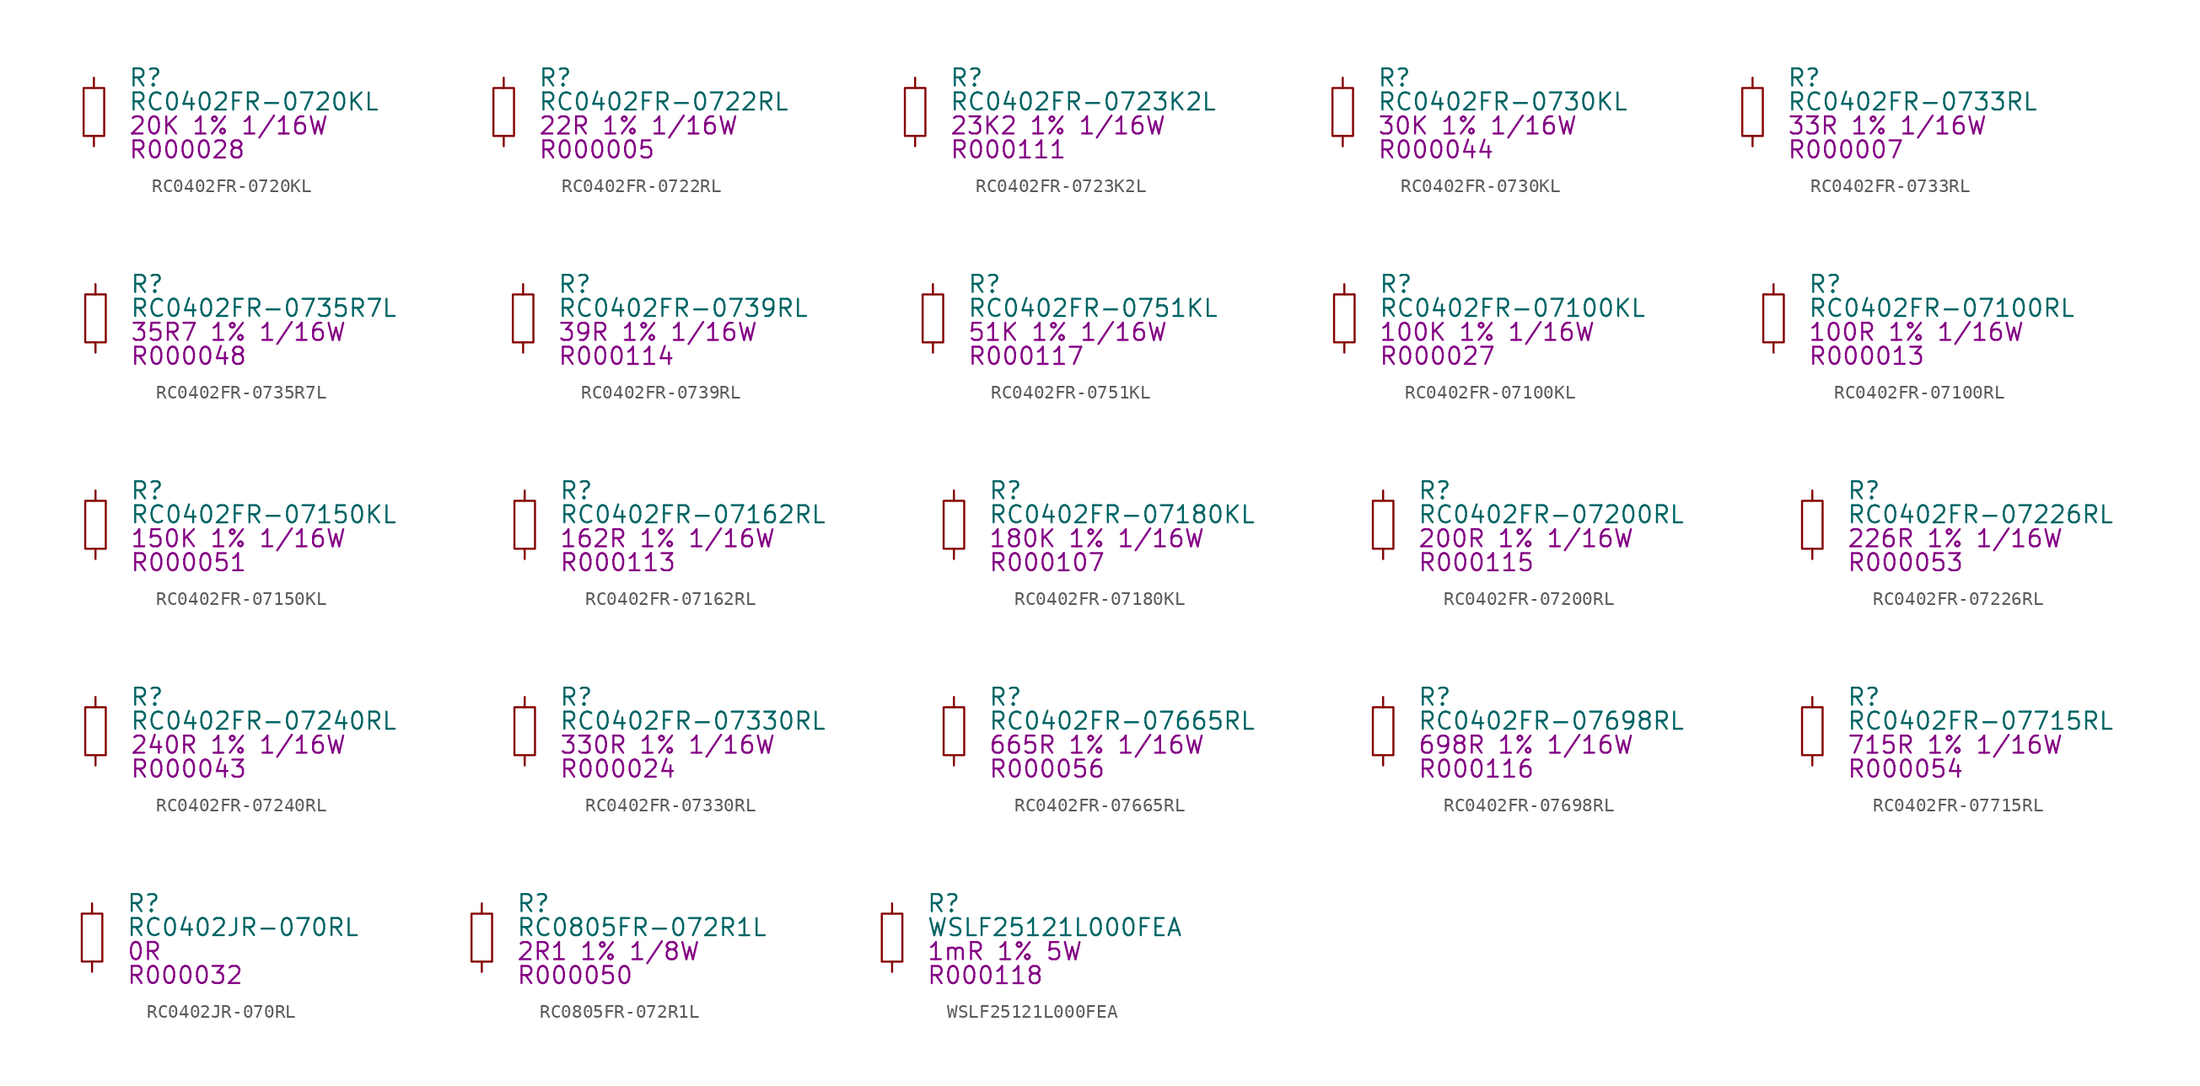
<source format=kicad_sym>
(kicad_symbol_lib
  (version 20201005)
  (generator kicad_symbol_editor)
  (symbol "berndoj_resistor:RC0402FR-0720KL"
    (pin_numbers hide)
    (pin_names
      (offset 1.016) hide)
    (property "Reference" "R"
      (at 2.54 2.54 0)
      (effects (font (size 1.27 1.27)) (justify left)))
    (property "Value" "RC0402FR-0720KL"
      (at 2.54 0.762 0)
      (effects (font (size 1.27 1.27)) (justify left)))
    (property "IPN" "R000028"
      (at 2.54 -2.794 0)
      (effects (font (size 1.27 1.27)) (justify left)))
    (property "Parameters" "20K 1% 1/16W"
      (at 2.54 -1.016 0)
      (effects (font (size 1.27 1.27)) (justify left)))
    (symbol "RC0402FR-0720KL_0_0"
      (pin passive line (at 0 -2.54 90) (length 0.762) (name "1" (effects (font (size 1.27 1.27)))) (number "1" (effects (font (size 1.27 1.27)))))
      (pin passive line (at 0 2.54 270) (length 0.762) (name "2" (effects (font (size 1.27 1.27)))) (number "2" (effects (font (size 1.27 1.27))))))
    (symbol "RC0402FR-0720KL_0_1"
      (rectangle (start -0.762 -1.778) (end 0.762 1.778) (stroke (width 0)) (fill (type none)))))
  (symbol "berndoj_resistor:RC0402FR-0722RL"
    (pin_numbers hide)
    (pin_names
      (offset 1.016) hide)
    (property "Reference" "R"
      (at 2.54 2.54 0)
      (effects (font (size 1.27 1.27)) (justify left)))
    (property "Value" "RC0402FR-0722RL"
      (at 2.54 0.762 0)
      (effects (font (size 1.27 1.27)) (justify left)))
    (property "IPN" "R000005"
      (at 2.54 -2.794 0)
      (effects (font (size 1.27 1.27)) (justify left)))
    (property "Parameters" "22R 1% 1/16W"
      (at 2.54 -1.016 0)
      (effects (font (size 1.27 1.27)) (justify left)))
    (symbol "RC0402FR-0722RL_0_0"
      (pin passive line (at 0 -2.54 90) (length 0.762) (name "1" (effects (font (size 1.27 1.27)))) (number "1" (effects (font (size 1.27 1.27)))))
      (pin passive line (at 0 2.54 270) (length 0.762) (name "2" (effects (font (size 1.27 1.27)))) (number "2" (effects (font (size 1.27 1.27))))))
    (symbol "RC0402FR-0722RL_0_1"
      (rectangle (start -0.762 -1.778) (end 0.762 1.778) (stroke (width 0)) (fill (type none)))))
  (symbol "berndoj_resistor:RC0402FR-0723K2L"
    (pin_numbers hide)
    (pin_names
      (offset 1.016) hide)
    (property "Reference" "R"
      (at 2.54 2.54 0)
      (effects (font (size 1.27 1.27)) (justify left)))
    (property "Value" "RC0402FR-0723K2L"
      (at 2.54 0.762 0)
      (effects (font (size 1.27 1.27)) (justify left)))
    (property "IPN" "R000111"
      (at 2.54 -2.794 0)
      (effects (font (size 1.27 1.27)) (justify left)))
    (property "Parameters" "23K2 1% 1/16W"
      (at 2.54 -1.016 0)
      (effects (font (size 1.27 1.27)) (justify left)))
    (symbol "RC0402FR-0723K2L_0_0"
      (pin passive line (at 0 -2.54 90) (length 0.762) (name "1" (effects (font (size 1.27 1.27)))) (number "1" (effects (font (size 1.27 1.27)))))
      (pin passive line (at 0 2.54 270) (length 0.762) (name "2" (effects (font (size 1.27 1.27)))) (number "2" (effects (font (size 1.27 1.27))))))
    (symbol "RC0402FR-0723K2L_0_1"
      (rectangle (start -0.762 -1.778) (end 0.762 1.778) (stroke (width 0)) (fill (type none)))))
  (symbol "berndoj_resistor:RC0402FR-0730KL"
    (pin_numbers hide)
    (pin_names
      (offset 1.016) hide)
    (property "Reference" "R"
      (at 2.54 2.54 0)
      (effects (font (size 1.27 1.27)) (justify left)))
    (property "Value" "RC0402FR-0730KL"
      (at 2.54 0.762 0)
      (effects (font (size 1.27 1.27)) (justify left)))
    (property "IPN" "R000044"
      (at 2.54 -2.794 0)
      (effects (font (size 1.27 1.27)) (justify left)))
    (property "Parameters" "30K 1% 1/16W"
      (at 2.54 -1.016 0)
      (effects (font (size 1.27 1.27)) (justify left)))
    (symbol "RC0402FR-0730KL_0_0"
      (pin passive line (at 0 -2.54 90) (length 0.762) (name "1" (effects (font (size 1.27 1.27)))) (number "1" (effects (font (size 1.27 1.27)))))
      (pin passive line (at 0 2.54 270) (length 0.762) (name "2" (effects (font (size 1.27 1.27)))) (number "2" (effects (font (size 1.27 1.27))))))
    (symbol "RC0402FR-0730KL_0_1"
      (rectangle (start -0.762 -1.778) (end 0.762 1.778) (stroke (width 0)) (fill (type none)))))
  (symbol "berndoj_resistor:RC0402FR-0733RL"
    (pin_numbers hide)
    (pin_names
      (offset 1.016) hide)
    (property "Reference" "R"
      (at 2.54 2.54 0)
      (effects (font (size 1.27 1.27)) (justify left)))
    (property "Value" "RC0402FR-0733RL"
      (at 2.54 0.762 0)
      (effects (font (size 1.27 1.27)) (justify left)))
    (property "IPN" "R000007"
      (at 2.54 -2.794 0)
      (effects (font (size 1.27 1.27)) (justify left)))
    (property "Parameters" "33R 1% 1/16W"
      (at 2.54 -1.016 0)
      (effects (font (size 1.27 1.27)) (justify left)))
    (symbol "RC0402FR-0733RL_0_0"
      (pin passive line (at 0 -2.54 90) (length 0.762) (name "1" (effects (font (size 1.27 1.27)))) (number "1" (effects (font (size 1.27 1.27)))))
      (pin passive line (at 0 2.54 270) (length 0.762) (name "2" (effects (font (size 1.27 1.27)))) (number "2" (effects (font (size 1.27 1.27))))))
    (symbol "RC0402FR-0733RL_0_1"
      (rectangle (start -0.762 -1.778) (end 0.762 1.778) (stroke (width 0)) (fill (type none)))))
  (symbol "berndoj_resistor:RC0402FR-0735R7L"
    (pin_numbers hide)
    (pin_names
      (offset 1.016) hide)
    (property "Reference" "R"
      (at 2.54 2.54 0)
      (effects (font (size 1.27 1.27)) (justify left)))
    (property "Value" "RC0402FR-0735R7L"
      (at 2.54 0.762 0)
      (effects (font (size 1.27 1.27)) (justify left)))
    (property "IPN" "R000048"
      (at 2.54 -2.794 0)
      (effects (font (size 1.27 1.27)) (justify left)))
    (property "Parameters" "35R7 1% 1/16W"
      (at 2.54 -1.016 0)
      (effects (font (size 1.27 1.27)) (justify left)))
    (symbol "RC0402FR-0735R7L_0_0"
      (pin passive line (at 0 -2.54 90) (length 0.762) (name "1" (effects (font (size 1.27 1.27)))) (number "1" (effects (font (size 1.27 1.27)))))
      (pin passive line (at 0 2.54 270) (length 0.762) (name "2" (effects (font (size 1.27 1.27)))) (number "2" (effects (font (size 1.27 1.27))))))
    (symbol "RC0402FR-0735R7L_0_1"
      (rectangle (start -0.762 -1.778) (end 0.762 1.778) (stroke (width 0)) (fill (type none)))))
  (symbol "berndoj_resistor:RC0402FR-0739RL"
    (pin_numbers hide)
    (pin_names
      (offset 1.016) hide)
    (property "Reference" "R"
      (at 2.54 2.54 0)
      (effects (font (size 1.27 1.27)) (justify left)))
    (property "Value" "RC0402FR-0739RL"
      (at 2.54 0.762 0)
      (effects (font (size 1.27 1.27)) (justify left)))
    (property "IPN" "R000114"
      (at 2.54 -2.794 0)
      (effects (font (size 1.27 1.27)) (justify left)))
    (property "Parameters" "39R 1% 1/16W"
      (at 2.54 -1.016 0)
      (effects (font (size 1.27 1.27)) (justify left)))
    (symbol "RC0402FR-0739RL_0_0"
      (pin passive line (at 0 -2.54 90) (length 0.762) (name "1" (effects (font (size 1.27 1.27)))) (number "1" (effects (font (size 1.27 1.27)))))
      (pin passive line (at 0 2.54 270) (length 0.762) (name "2" (effects (font (size 1.27 1.27)))) (number "2" (effects (font (size 1.27 1.27))))))
    (symbol "RC0402FR-0739RL_0_1"
      (rectangle (start -0.762 -1.778) (end 0.762 1.778) (stroke (width 0)) (fill (type none)))))
  (symbol "berndoj_resistor:RC0402FR-0751KL"
    (pin_numbers hide)
    (pin_names
      (offset 1.016) hide)
    (property "Reference" "R"
      (at 2.54 2.54 0)
      (effects (font (size 1.27 1.27)) (justify left)))
    (property "Value" "RC0402FR-0751KL"
      (at 2.54 0.762 0)
      (effects (font (size 1.27 1.27)) (justify left)))
    (property "IPN" "R000117"
      (at 2.54 -2.794 0)
      (effects (font (size 1.27 1.27)) (justify left)))
    (property "Parameters" "51K 1% 1/16W"
      (at 2.54 -1.016 0)
      (effects (font (size 1.27 1.27)) (justify left)))
    (symbol "RC0402FR-0751KL_0_0"
      (pin passive line (at 0 -2.54 90) (length 0.762) (name "1" (effects (font (size 1.27 1.27)))) (number "1" (effects (font (size 1.27 1.27)))))
      (pin passive line (at 0 2.54 270) (length 0.762) (name "2" (effects (font (size 1.27 1.27)))) (number "2" (effects (font (size 1.27 1.27))))))
    (symbol "RC0402FR-0751KL_0_1"
      (rectangle (start -0.762 -1.778) (end 0.762 1.778) (stroke (width 0)) (fill (type none)))))
  (symbol "berndoj_resistor:RC0402FR-07100KL"
    (pin_numbers hide)
    (pin_names
      (offset 1.016) hide)
    (property "Reference" "R"
      (at 2.54 2.54 0)
      (effects (font (size 1.27 1.27)) (justify left)))
    (property "Value" "RC0402FR-07100KL"
      (at 2.54 0.762 0)
      (effects (font (size 1.27 1.27)) (justify left)))
    (property "IPN" "R000027"
      (at 2.54 -2.794 0)
      (effects (font (size 1.27 1.27)) (justify left)))
    (property "Parameters" "100K 1% 1/16W"
      (at 2.54 -1.016 0)
      (effects (font (size 1.27 1.27)) (justify left)))
    (symbol "RC0402FR-07100KL_0_0"
      (pin passive line (at 0 -2.54 90) (length 0.762) (name "1" (effects (font (size 1.27 1.27)))) (number "1" (effects (font (size 1.27 1.27)))))
      (pin passive line (at 0 2.54 270) (length 0.762) (name "2" (effects (font (size 1.27 1.27)))) (number "2" (effects (font (size 1.27 1.27))))))
    (symbol "RC0402FR-07100KL_0_1"
      (rectangle (start -0.762 -1.778) (end 0.762 1.778) (stroke (width 0)) (fill (type none)))))
  (symbol "berndoj_resistor:RC0402FR-07100RL"
    (pin_numbers hide)
    (pin_names
      (offset 1.016) hide)
    (property "Reference" "R"
      (at 2.54 2.54 0)
      (effects (font (size 1.27 1.27)) (justify left)))
    (property "Value" "RC0402FR-07100RL"
      (at 2.54 0.762 0)
      (effects (font (size 1.27 1.27)) (justify left)))
    (property "IPN" "R000013"
      (at 2.54 -2.794 0)
      (effects (font (size 1.27 1.27)) (justify left)))
    (property "Parameters" "100R 1% 1/16W"
      (at 2.54 -1.016 0)
      (effects (font (size 1.27 1.27)) (justify left)))
    (symbol "RC0402FR-07100RL_0_0"
      (pin passive line (at 0 -2.54 90) (length 0.762) (name "1" (effects (font (size 1.27 1.27)))) (number "1" (effects (font (size 1.27 1.27)))))
      (pin passive line (at 0 2.54 270) (length 0.762) (name "2" (effects (font (size 1.27 1.27)))) (number "2" (effects (font (size 1.27 1.27))))))
    (symbol "RC0402FR-07100RL_0_1"
      (rectangle (start -0.762 -1.778) (end 0.762 1.778) (stroke (width 0)) (fill (type none)))))
  (symbol "berndoj_resistor:RC0402FR-07150KL"
    (pin_numbers hide)
    (pin_names
      (offset 1.016) hide)
    (property "Reference" "R"
      (at 2.54 2.54 0)
      (effects (font (size 1.27 1.27)) (justify left)))
    (property "Value" "RC0402FR-07150KL"
      (at 2.54 0.762 0)
      (effects (font (size 1.27 1.27)) (justify left)))
    (property "IPN" "R000051"
      (at 2.54 -2.794 0)
      (effects (font (size 1.27 1.27)) (justify left)))
    (property "Parameters" "150K 1% 1/16W"
      (at 2.54 -1.016 0)
      (effects (font (size 1.27 1.27)) (justify left)))
    (symbol "RC0402FR-07150KL_0_0"
      (pin passive line (at 0 -2.54 90) (length 0.762) (name "1" (effects (font (size 1.27 1.27)))) (number "1" (effects (font (size 1.27 1.27)))))
      (pin passive line (at 0 2.54 270) (length 0.762) (name "2" (effects (font (size 1.27 1.27)))) (number "2" (effects (font (size 1.27 1.27))))))
    (symbol "RC0402FR-07150KL_0_1"
      (rectangle (start -0.762 -1.778) (end 0.762 1.778) (stroke (width 0)) (fill (type none)))))
  (symbol "berndoj_resistor:RC0402FR-07162RL"
    (pin_numbers hide)
    (pin_names
      (offset 1.016) hide)
    (property "Reference" "R"
      (at 2.54 2.54 0)
      (effects (font (size 1.27 1.27)) (justify left)))
    (property "Value" "RC0402FR-07162RL"
      (at 2.54 0.762 0)
      (effects (font (size 1.27 1.27)) (justify left)))
    (property "IPN" "R000113"
      (at 2.54 -2.794 0)
      (effects (font (size 1.27 1.27)) (justify left)))
    (property "Parameters" "162R 1% 1/16W"
      (at 2.54 -1.016 0)
      (effects (font (size 1.27 1.27)) (justify left)))
    (symbol "RC0402FR-07162RL_0_0"
      (pin passive line (at 0 -2.54 90) (length 0.762) (name "1" (effects (font (size 1.27 1.27)))) (number "1" (effects (font (size 1.27 1.27)))))
      (pin passive line (at 0 2.54 270) (length 0.762) (name "2" (effects (font (size 1.27 1.27)))) (number "2" (effects (font (size 1.27 1.27))))))
    (symbol "RC0402FR-07162RL_0_1"
      (rectangle (start -0.762 -1.778) (end 0.762 1.778) (stroke (width 0)) (fill (type none)))))
  (symbol "berndoj_resistor:RC0402FR-07180KL"
    (pin_numbers hide)
    (pin_names
      (offset 1.016) hide)
    (property "Reference" "R"
      (at 2.54 2.54 0)
      (effects (font (size 1.27 1.27)) (justify left)))
    (property "Value" "RC0402FR-07180KL"
      (at 2.54 0.762 0)
      (effects (font (size 1.27 1.27)) (justify left)))
    (property "IPN" "R000107"
      (at 2.54 -2.794 0)
      (effects (font (size 1.27 1.27)) (justify left)))
    (property "Parameters" "180K 1% 1/16W"
      (at 2.54 -1.016 0)
      (effects (font (size 1.27 1.27)) (justify left)))
    (symbol "RC0402FR-07180KL_0_0"
      (pin passive line (at 0 -2.54 90) (length 0.762) (name "1" (effects (font (size 1.27 1.27)))) (number "1" (effects (font (size 1.27 1.27)))))
      (pin passive line (at 0 2.54 270) (length 0.762) (name "2" (effects (font (size 1.27 1.27)))) (number "2" (effects (font (size 1.27 1.27))))))
    (symbol "RC0402FR-07180KL_0_1"
      (rectangle (start -0.762 -1.778) (end 0.762 1.778) (stroke (width 0)) (fill (type none)))))
  (symbol "berndoj_resistor:RC0402FR-07200RL"
    (pin_numbers hide)
    (pin_names
      (offset 1.016) hide)
    (property "Reference" "R"
      (at 2.54 2.54 0)
      (effects (font (size 1.27 1.27)) (justify left)))
    (property "Value" "RC0402FR-07200RL"
      (at 2.54 0.762 0)
      (effects (font (size 1.27 1.27)) (justify left)))
    (property "IPN" "R000115"
      (at 2.54 -2.794 0)
      (effects (font (size 1.27 1.27)) (justify left)))
    (property "Parameters" "200R 1% 1/16W"
      (at 2.54 -1.016 0)
      (effects (font (size 1.27 1.27)) (justify left)))
    (symbol "RC0402FR-07200RL_0_0"
      (pin passive line (at 0 -2.54 90) (length 0.762) (name "1" (effects (font (size 1.27 1.27)))) (number "1" (effects (font (size 1.27 1.27)))))
      (pin passive line (at 0 2.54 270) (length 0.762) (name "2" (effects (font (size 1.27 1.27)))) (number "2" (effects (font (size 1.27 1.27))))))
    (symbol "RC0402FR-07200RL_0_1"
      (rectangle (start -0.762 -1.778) (end 0.762 1.778) (stroke (width 0)) (fill (type none)))))
  (symbol "berndoj_resistor:RC0402FR-07226RL"
    (pin_numbers hide)
    (pin_names
      (offset 1.016) hide)
    (property "Reference" "R"
      (at 2.54 2.54 0)
      (effects (font (size 1.27 1.27)) (justify left)))
    (property "Value" "RC0402FR-07226RL"
      (at 2.54 0.762 0)
      (effects (font (size 1.27 1.27)) (justify left)))
    (property "IPN" "R000053"
      (at 2.54 -2.794 0)
      (effects (font (size 1.27 1.27)) (justify left)))
    (property "Parameters" "226R 1% 1/16W"
      (at 2.54 -1.016 0)
      (effects (font (size 1.27 1.27)) (justify left)))
    (symbol "RC0402FR-07226RL_0_0"
      (pin passive line (at 0 -2.54 90) (length 0.762) (name "1" (effects (font (size 1.27 1.27)))) (number "1" (effects (font (size 1.27 1.27)))))
      (pin passive line (at 0 2.54 270) (length 0.762) (name "2" (effects (font (size 1.27 1.27)))) (number "2" (effects (font (size 1.27 1.27))))))
    (symbol "RC0402FR-07226RL_0_1"
      (rectangle (start -0.762 -1.778) (end 0.762 1.778) (stroke (width 0)) (fill (type none)))))
  (symbol "berndoj_resistor:RC0402FR-07240RL"
    (pin_numbers hide)
    (pin_names
      (offset 1.016) hide)
    (property "Reference" "R"
      (at 2.54 2.54 0)
      (effects (font (size 1.27 1.27)) (justify left)))
    (property "Value" "RC0402FR-07240RL"
      (at 2.54 0.762 0)
      (effects (font (size 1.27 1.27)) (justify left)))
    (property "IPN" "R000043"
      (at 2.54 -2.794 0)
      (effects (font (size 1.27 1.27)) (justify left)))
    (property "Parameters" "240R 1% 1/16W"
      (at 2.54 -1.016 0)
      (effects (font (size 1.27 1.27)) (justify left)))
    (symbol "RC0402FR-07240RL_0_0"
      (pin passive line (at 0 -2.54 90) (length 0.762) (name "1" (effects (font (size 1.27 1.27)))) (number "1" (effects (font (size 1.27 1.27)))))
      (pin passive line (at 0 2.54 270) (length 0.762) (name "2" (effects (font (size 1.27 1.27)))) (number "2" (effects (font (size 1.27 1.27))))))
    (symbol "RC0402FR-07240RL_0_1"
      (rectangle (start -0.762 -1.778) (end 0.762 1.778) (stroke (width 0)) (fill (type none)))))
  (symbol "berndoj_resistor:RC0402FR-07330RL"
    (pin_numbers hide)
    (pin_names
      (offset 1.016) hide)
    (property "Reference" "R"
      (at 2.54 2.54 0)
      (effects (font (size 1.27 1.27)) (justify left)))
    (property "Value" "RC0402FR-07330RL"
      (at 2.54 0.762 0)
      (effects (font (size 1.27 1.27)) (justify left)))
    (property "IPN" "R000024"
      (at 2.54 -2.794 0)
      (effects (font (size 1.27 1.27)) (justify left)))
    (property "Parameters" "330R 1% 1/16W"
      (at 2.54 -1.016 0)
      (effects (font (size 1.27 1.27)) (justify left)))
    (symbol "RC0402FR-07330RL_0_0"
      (pin passive line (at 0 -2.54 90) (length 0.762) (name "1" (effects (font (size 1.27 1.27)))) (number "1" (effects (font (size 1.27 1.27)))))
      (pin passive line (at 0 2.54 270) (length 0.762) (name "2" (effects (font (size 1.27 1.27)))) (number "2" (effects (font (size 1.27 1.27))))))
    (symbol "RC0402FR-07330RL_0_1"
      (rectangle (start -0.762 -1.778) (end 0.762 1.778) (stroke (width 0)) (fill (type none)))))
  (symbol "berndoj_resistor:RC0402FR-07665RL"
    (pin_numbers hide)
    (pin_names
      (offset 1.016) hide)
    (property "Reference" "R"
      (at 2.54 2.54 0)
      (effects (font (size 1.27 1.27)) (justify left)))
    (property "Value" "RC0402FR-07665RL"
      (at 2.54 0.762 0)
      (effects (font (size 1.27 1.27)) (justify left)))
    (property "IPN" "R000056"
      (at 2.54 -2.794 0)
      (effects (font (size 1.27 1.27)) (justify left)))
    (property "Parameters" "665R 1% 1/16W"
      (at 2.54 -1.016 0)
      (effects (font (size 1.27 1.27)) (justify left)))
    (symbol "RC0402FR-07665RL_0_0"
      (pin passive line (at 0 -2.54 90) (length 0.762) (name "1" (effects (font (size 1.27 1.27)))) (number "1" (effects (font (size 1.27 1.27)))))
      (pin passive line (at 0 2.54 270) (length 0.762) (name "2" (effects (font (size 1.27 1.27)))) (number "2" (effects (font (size 1.27 1.27))))))
    (symbol "RC0402FR-07665RL_0_1"
      (rectangle (start -0.762 -1.778) (end 0.762 1.778) (stroke (width 0)) (fill (type none)))))
  (symbol "berndoj_resistor:RC0402FR-07698RL"
    (pin_numbers hide)
    (pin_names
      (offset 1.016) hide)
    (property "Reference" "R"
      (at 2.54 2.54 0)
      (effects (font (size 1.27 1.27)) (justify left)))
    (property "Value" "RC0402FR-07698RL"
      (at 2.54 0.762 0)
      (effects (font (size 1.27 1.27)) (justify left)))
    (property "IPN" "R000116"
      (at 2.54 -2.794 0)
      (effects (font (size 1.27 1.27)) (justify left)))
    (property "Parameters" "698R 1% 1/16W"
      (at 2.54 -1.016 0)
      (effects (font (size 1.27 1.27)) (justify left)))
    (symbol "RC0402FR-07698RL_0_0"
      (pin passive line (at 0 -2.54 90) (length 0.762) (name "1" (effects (font (size 1.27 1.27)))) (number "1" (effects (font (size 1.27 1.27)))))
      (pin passive line (at 0 2.54 270) (length 0.762) (name "2" (effects (font (size 1.27 1.27)))) (number "2" (effects (font (size 1.27 1.27))))))
    (symbol "RC0402FR-07698RL_0_1"
      (rectangle (start -0.762 -1.778) (end 0.762 1.778) (stroke (width 0)) (fill (type none)))))
  (symbol "berndoj_resistor:RC0402FR-07715RL"
    (pin_numbers hide)
    (pin_names
      (offset 1.016) hide)
    (property "Reference" "R"
      (at 2.54 2.54 0)
      (effects (font (size 1.27 1.27)) (justify left)))
    (property "Value" "RC0402FR-07715RL"
      (at 2.54 0.762 0)
      (effects (font (size 1.27 1.27)) (justify left)))
    (property "IPN" "R000054"
      (at 2.54 -2.794 0)
      (effects (font (size 1.27 1.27)) (justify left)))
    (property "Parameters" "715R 1% 1/16W"
      (at 2.54 -1.016 0)
      (effects (font (size 1.27 1.27)) (justify left)))
    (symbol "RC0402FR-07715RL_0_0"
      (pin passive line (at 0 -2.54 90) (length 0.762) (name "1" (effects (font (size 1.27 1.27)))) (number "1" (effects (font (size 1.27 1.27)))))
      (pin passive line (at 0 2.54 270) (length 0.762) (name "2" (effects (font (size 1.27 1.27)))) (number "2" (effects (font (size 1.27 1.27))))))
    (symbol "RC0402FR-07715RL_0_1"
      (rectangle (start -0.762 -1.778) (end 0.762 1.778) (stroke (width 0)) (fill (type none)))))
  (symbol "berndoj_resistor:RC0402JR-070RL"
    (pin_numbers hide)
    (pin_names
      (offset 1.016) hide)
    (property "Reference" "R"
      (at 2.54 2.54 0)
      (effects (font (size 1.27 1.27)) (justify left)))
    (property "Value" "RC0402JR-070RL"
      (at 2.54 0.762 0)
      (effects (font (size 1.27 1.27)) (justify left)))
    (property "IPN" "R000032"
      (at 2.54 -2.794 0)
      (effects (font (size 1.27 1.27)) (justify left)))
    (property "Parameters" "0R"
      (at 2.54 -1.016 0)
      (effects (font (size 1.27 1.27)) (justify left)))
    (symbol "RC0402JR-070RL_0_0"
      (pin passive line (at 0 -2.54 90) (length 0.762) (name "1" (effects (font (size 1.27 1.27)))) (number "1" (effects (font (size 1.27 1.27)))))
      (pin passive line (at 0 2.54 270) (length 0.762) (name "2" (effects (font (size 1.27 1.27)))) (number "2" (effects (font (size 1.27 1.27))))))
    (symbol "RC0402JR-070RL_0_1"
      (rectangle (start -0.762 -1.778) (end 0.762 1.778) (stroke (width 0)) (fill (type none)))))
  (symbol "berndoj_resistor:RC0805FR-072R1L"
    (pin_numbers hide)
    (pin_names
      (offset 1.016) hide)
    (property "Reference" "R"
      (at 2.54 2.54 0)
      (effects (font (size 1.27 1.27)) (justify left)))
    (property "Value" "RC0805FR-072R1L"
      (at 2.54 0.762 0)
      (effects (font (size 1.27 1.27)) (justify left)))
    (property "IPN" "R000050"
      (at 2.54 -2.794 0)
      (effects (font (size 1.27 1.27)) (justify left)))
    (property "Parameters" "2R1 1% 1/8W"
      (at 2.54 -1.016 0)
      (effects (font (size 1.27 1.27)) (justify left)))
    (symbol "RC0805FR-072R1L_0_0"
      (pin passive line (at 0 -2.54 90) (length 0.762) (name "1" (effects (font (size 1.27 1.27)))) (number "1" (effects (font (size 1.27 1.27)))))
      (pin passive line (at 0 2.54 270) (length 0.762) (name "2" (effects (font (size 1.27 1.27)))) (number "2" (effects (font (size 1.27 1.27))))))
    (symbol "RC0805FR-072R1L_0_1"
      (rectangle (start -0.762 -1.778) (end 0.762 1.778) (stroke (width 0)) (fill (type none)))))
  (symbol "berndoj_resistor:WSLF25121L000FEA"
    (pin_numbers hide)
    (pin_names
      (offset 1.016) hide)
    (property "Reference" "R"
      (at 2.54 2.54 0)
      (effects (font (size 1.27 1.27)) (justify left)))
    (property "Value" "WSLF25121L000FEA"
      (at 2.54 0.762 0)
      (effects (font (size 1.27 1.27)) (justify left)))
    (property "IPN" "R000118"
      (at 2.54 -2.794 0)
      (effects (font (size 1.27 1.27)) (justify left)))
    (property "Parameters" "1mR 1% 5W"
      (at 2.54 -1.016 0)
      (effects (font (size 1.27 1.27)) (justify left)))
    (symbol "WSLF25121L000FEA_0_0"
      (pin passive line (at 0 -2.54 90) (length 0.762) (name "1" (effects (font (size 1.27 1.27)))) (number "1" (effects (font (size 1.27 1.27)))))
      (pin passive line (at 0 2.54 270) (length 0.762) (name "2" (effects (font (size 1.27 1.27)))) (number "2" (effects (font (size 1.27 1.27))))))
    (symbol "WSLF25121L000FEA_0_1"
      (rectangle (start -0.762 -1.778) (end 0.762 1.778) (stroke (width 0)) (fill (type none))))))
</source>
